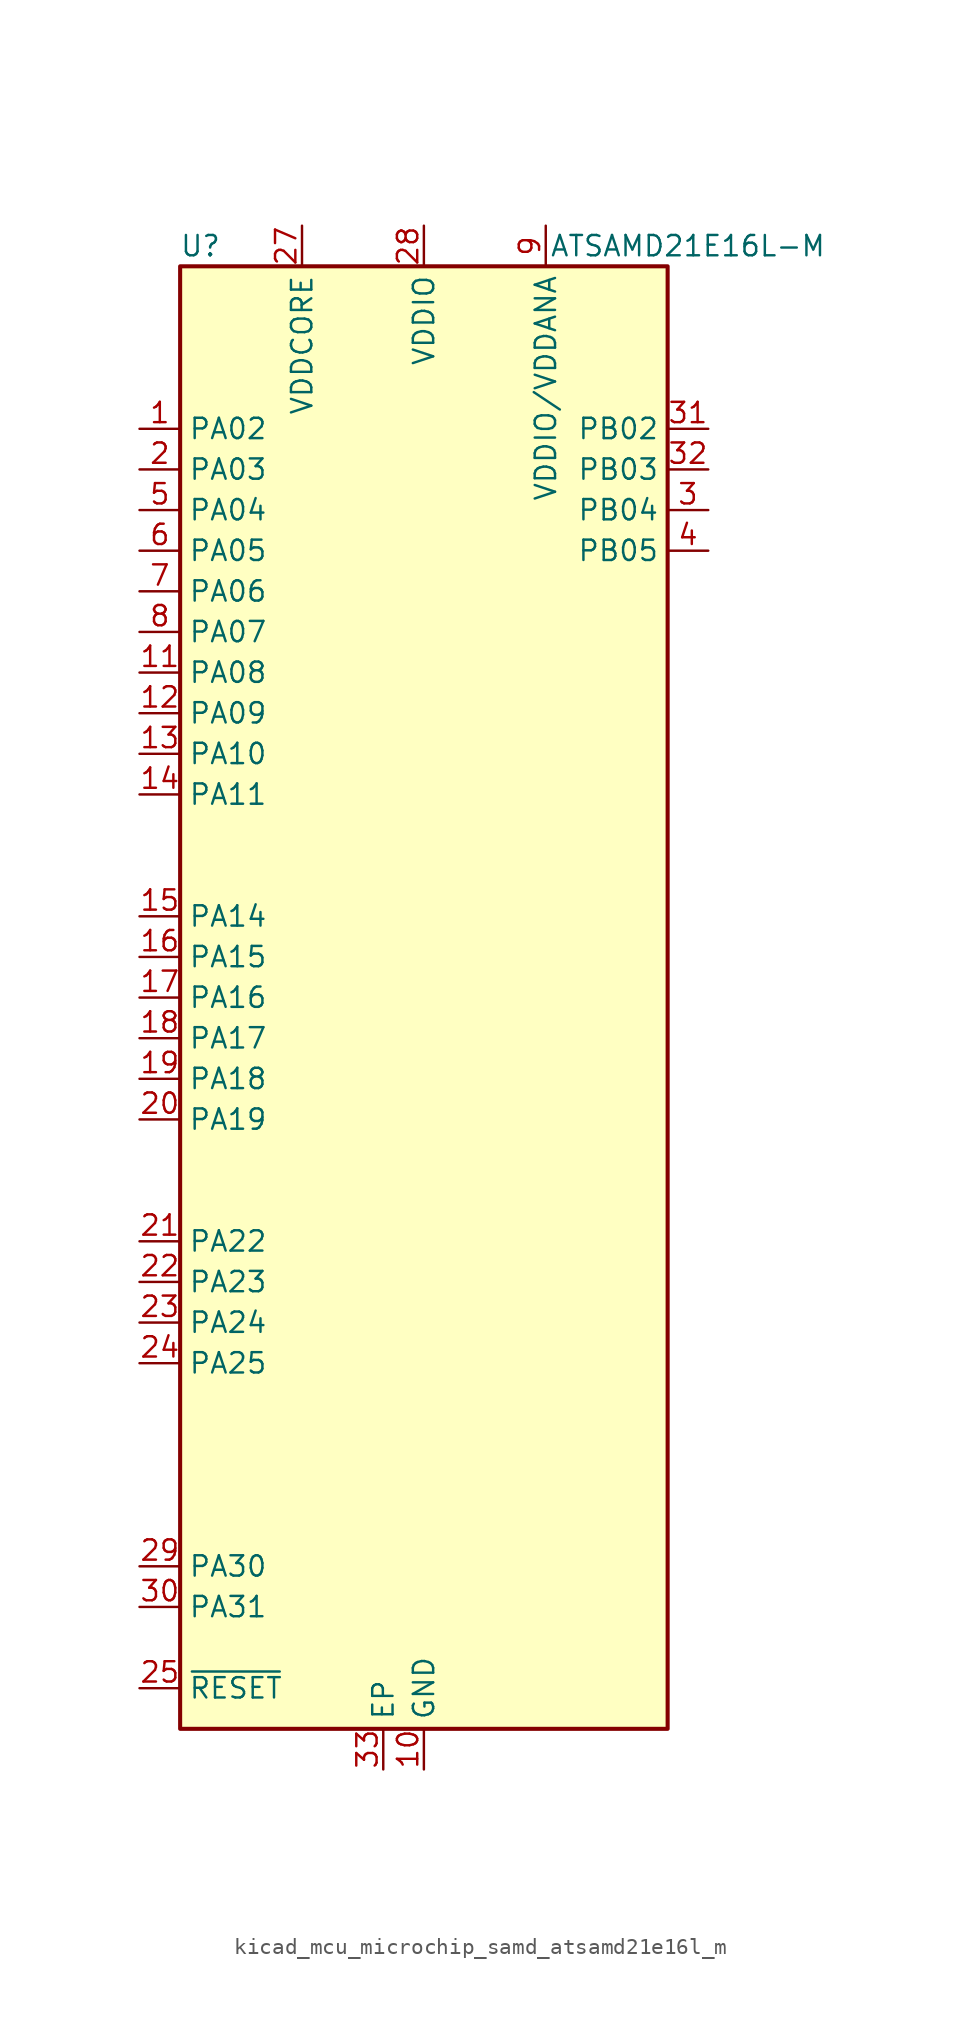
<source format=kicad_sym>
(kicad_symbol_lib
  (version 20220914)
  (generator kicad_symbol_editor)
  (symbol "kicad_mcu_microchip_samd_atsamd21e16l_m"
    (property "Reference" "U"
      (at -13.97 46.99 0)
      (effects (font (size 1.27 1.27))))
    (property "Value" "ATSAMD21E16L-M"
      (at 16.51 46.99 0)
      (effects (font (size 1.27 1.27))))
    (symbol "kicad_mcu_microchip_samd_atsamd21e16l_m_1_1"
      (rectangle (start -15.24 45.72) (end 15.24 -45.72) (stroke (width 0.254) (type default)) (fill (type background)))
      (pin bidirectional line (at -17.78 35.56 0) (length 2.54) (name "PA02" (effects (font (size 1.27 1.27)))) (number "1" (effects (font (size 1.27 1.27)))))
      (pin power_in line (at 0 -48.26 90) (length 2.54) (name "GND" (effects (font (size 1.27 1.27)))) (number "10" (effects (font (size 1.27 1.27)))))
      (pin bidirectional line (at -17.78 20.32 0) (length 2.54) (name "PA08" (effects (font (size 1.27 1.27)))) (number "11" (effects (font (size 1.27 1.27)))))
      (pin bidirectional line (at -17.78 17.78 0) (length 2.54) (name "PA09" (effects (font (size 1.27 1.27)))) (number "12" (effects (font (size 1.27 1.27)))))
      (pin bidirectional line (at -17.78 15.24 0) (length 2.54) (name "PA10" (effects (font (size 1.27 1.27)))) (number "13" (effects (font (size 1.27 1.27)))))
      (pin bidirectional line (at -17.78 12.7 0) (length 2.54) (name "PA11" (effects (font (size 1.27 1.27)))) (number "14" (effects (font (size 1.27 1.27)))))
      (pin bidirectional line (at -17.78 5.08 0) (length 2.54) (name "PA14" (effects (font (size 1.27 1.27)))) (number "15" (effects (font (size 1.27 1.27)))))
      (pin bidirectional line (at -17.78 2.54 0) (length 2.54) (name "PA15" (effects (font (size 1.27 1.27)))) (number "16" (effects (font (size 1.27 1.27)))))
      (pin bidirectional line (at -17.78 0 0) (length 2.54) (name "PA16" (effects (font (size 1.27 1.27)))) (number "17" (effects (font (size 1.27 1.27)))))
      (pin bidirectional line (at -17.78 -2.54 0) (length 2.54) (name "PA17" (effects (font (size 1.27 1.27)))) (number "18" (effects (font (size 1.27 1.27)))))
      (pin bidirectional line (at -17.78 -5.08 0) (length 2.54) (name "PA18" (effects (font (size 1.27 1.27)))) (number "19" (effects (font (size 1.27 1.27)))))
      (pin bidirectional line (at -17.78 33.02 0) (length 2.54) (name "PA03" (effects (font (size 1.27 1.27)))) (number "2" (effects (font (size 1.27 1.27)))))
      (pin bidirectional line (at -17.78 -7.62 0) (length 2.54) (name "PA19" (effects (font (size 1.27 1.27)))) (number "20" (effects (font (size 1.27 1.27)))))
      (pin bidirectional line (at -17.78 -15.24 0) (length 2.54) (name "PA22" (effects (font (size 1.27 1.27)))) (number "21" (effects (font (size 1.27 1.27)))))
      (pin bidirectional line (at -17.78 -17.78 0) (length 2.54) (name "PA23" (effects (font (size 1.27 1.27)))) (number "22" (effects (font (size 1.27 1.27)))))
      (pin bidirectional line (at -17.78 -20.32 0) (length 2.54) (name "PA24" (effects (font (size 1.27 1.27)))) (number "23" (effects (font (size 1.27 1.27)))))
      (pin bidirectional line (at -17.78 -22.86 0) (length 2.54) (name "PA25" (effects (font (size 1.27 1.27)))) (number "24" (effects (font (size 1.27 1.27)))))
      (pin input line (at -17.78 -43.18 0) (length 2.54) (name "~{RESET}" (effects (font (size 1.27 1.27)))) (number "25" (effects (font (size 1.27 1.27)))))
      (pin passive line (at 0 -48.26 90) (length 2.54) hide (name "GND" (effects (font (size 1.27 1.27)))) (number "26" (effects (font (size 1.27 1.27)))))
      (pin power_out line (at -7.62 48.26 270) (length 2.54) (name "VDDCORE" (effects (font (size 1.27 1.27)))) (number "27" (effects (font (size 1.27 1.27)))))
      (pin power_in line (at 0 48.26 270) (length 2.54) (name "VDDIO" (effects (font (size 1.27 1.27)))) (number "28" (effects (font (size 1.27 1.27)))))
      (pin bidirectional line (at -17.78 -35.56 0) (length 2.54) (name "PA30" (effects (font (size 1.27 1.27)))) (number "29" (effects (font (size 1.27 1.27)))))
      (pin bidirectional line (at 17.78 30.48 180) (length 2.54) (name "PB04" (effects (font (size 1.27 1.27)))) (number "3" (effects (font (size 1.27 1.27)))))
      (pin bidirectional line (at -17.78 -38.1 0) (length 2.54) (name "PA31" (effects (font (size 1.27 1.27)))) (number "30" (effects (font (size 1.27 1.27)))))
      (pin bidirectional line (at 17.78 35.56 180) (length 2.54) (name "PB02" (effects (font (size 1.27 1.27)))) (number "31" (effects (font (size 1.27 1.27)))))
      (pin bidirectional line (at 17.78 33.02 180) (length 2.54) (name "PB03" (effects (font (size 1.27 1.27)))) (number "32" (effects (font (size 1.27 1.27)))))
      (pin passive line (at -2.54 -48.26 90) (length 2.54) (name "EP" (effects (font (size 1.27 1.27)))) (number "33" (effects (font (size 1.27 1.27)))))
      (pin bidirectional line (at 17.78 27.94 180) (length 2.54) (name "PB05" (effects (font (size 1.27 1.27)))) (number "4" (effects (font (size 1.27 1.27)))))
      (pin bidirectional line (at -17.78 30.48 0) (length 2.54) (name "PA04" (effects (font (size 1.27 1.27)))) (number "5" (effects (font (size 1.27 1.27)))))
      (pin bidirectional line (at -17.78 27.94 0) (length 2.54) (name "PA05" (effects (font (size 1.27 1.27)))) (number "6" (effects (font (size 1.27 1.27)))))
      (pin bidirectional line (at -17.78 25.4 0) (length 2.54) (name "PA06" (effects (font (size 1.27 1.27)))) (number "7" (effects (font (size 1.27 1.27)))))
      (pin bidirectional line (at -17.78 22.86 0) (length 2.54) (name "PA07" (effects (font (size 1.27 1.27)))) (number "8" (effects (font (size 1.27 1.27)))))
      (pin power_in line (at 7.62 48.26 270) (length 2.54) (name "VDDIO/VDDANA" (effects (font (size 1.27 1.27)))) (number "9" (effects (font (size 1.27 1.27))))))))
</source>
